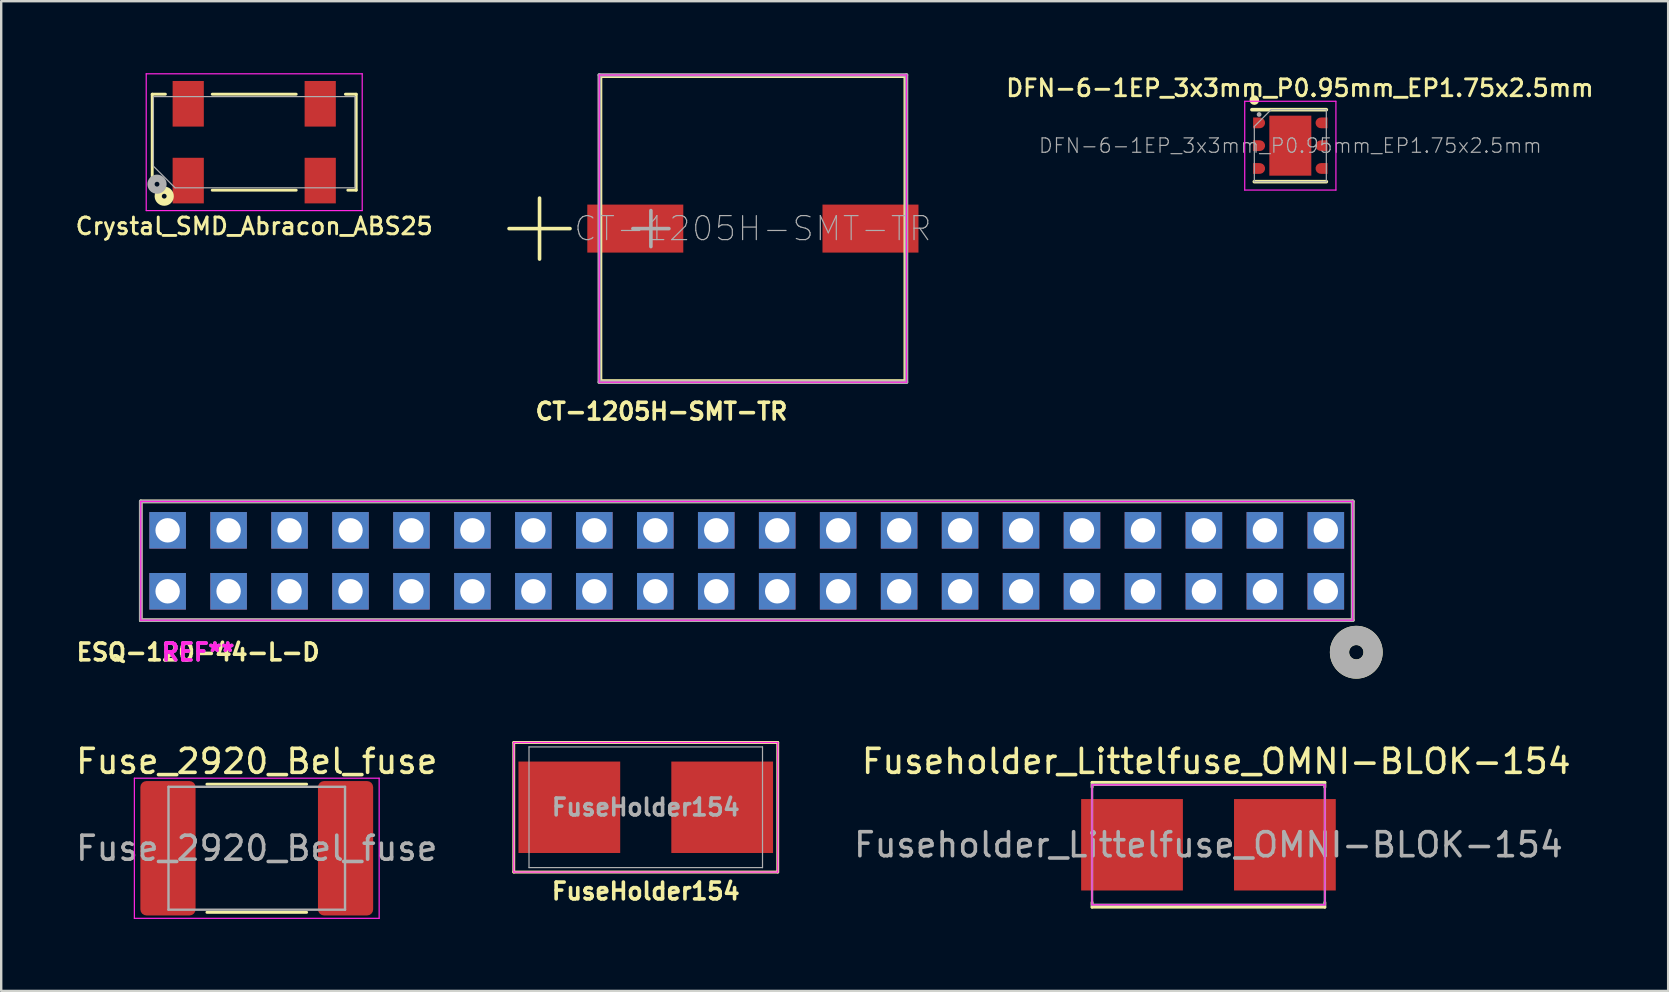
<source format=kicad_pcb>
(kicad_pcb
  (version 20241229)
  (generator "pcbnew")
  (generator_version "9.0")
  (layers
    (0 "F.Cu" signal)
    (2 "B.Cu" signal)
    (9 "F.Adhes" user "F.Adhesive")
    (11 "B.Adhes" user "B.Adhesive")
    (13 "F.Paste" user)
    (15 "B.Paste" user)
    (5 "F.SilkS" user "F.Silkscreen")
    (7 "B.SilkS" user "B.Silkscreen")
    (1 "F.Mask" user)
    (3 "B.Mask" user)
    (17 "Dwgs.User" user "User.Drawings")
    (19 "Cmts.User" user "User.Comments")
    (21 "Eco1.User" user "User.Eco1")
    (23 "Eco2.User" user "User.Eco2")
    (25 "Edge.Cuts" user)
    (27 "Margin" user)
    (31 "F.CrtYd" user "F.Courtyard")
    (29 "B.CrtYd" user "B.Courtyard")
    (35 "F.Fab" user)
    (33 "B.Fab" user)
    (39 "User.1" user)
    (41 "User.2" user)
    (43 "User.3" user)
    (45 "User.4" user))
  (footprint "FuseHolder154"
    (layer "F.Cu")
    (at 23.858 30.588)
    (property "Reference" "FuseHolder154" (at 0 3.5 0) (layer "F.SilkS") (effects (font (size 0.7 0.7) (thickness 0.15))))
    (attr smd)
    (fp_line (start -5.5 -2.7) (end 5.5 -2.7) (stroke (width 0.12) (type solid)) (layer "F.SilkS"))
    (fp_line (start -5.5 2.7) (end -5.5 -2.7) (stroke (width 0.12) (type solid)) (layer "F.SilkS"))
    (fp_line (start 5.5 -2.7) (end 5.5 2.7) (stroke (width 0.12) (type solid)) (layer "F.SilkS"))
    (fp_line (start 5.5 2.7) (end -5.5 2.7) (stroke (width 0.12) (type solid)) (layer "F.SilkS"))
    (fp_line (start -5.5 -2.7) (end 5.5 -2.7) (stroke (width 0.05) (type solid)) (layer "F.CrtYd"))
    (fp_line (start -5.5 2.7) (end -5.5 -2.7) (stroke (width 0.05) (type solid)) (layer "F.CrtYd"))
    (fp_line (start 5.5 -2.7) (end 5.5 2.7) (stroke (width 0.05) (type solid)) (layer "F.CrtYd"))
    (fp_line (start 5.5 2.7) (end -5.5 2.7) (stroke (width 0.05) (type solid)) (layer "F.CrtYd"))
    (fp_line (start -4.865 -2.515) (end 4.865 -2.515) (stroke (width 0.05) (type solid)) (layer "F.Fab"))
    (fp_line (start -4.865 2.515) (end -4.865 -2.515) (stroke (width 0.05) (type solid)) (layer "F.Fab"))
    (fp_line (start 4.865 -2.515) (end 4.865 2.515) (stroke (width 0.05) (type solid)) (layer "F.Fab"))
    (fp_line (start 4.865 2.515) (end -4.865 2.515) (stroke (width 0.05) (type solid)) (layer "F.Fab"))
    (fp_text user "${REFERENCE}" (at 0 0 0) (layer "F.Fab") (effects (font (size 0.7 0.7) (thickness 0.15))))
    (pad "1" smd rect (at -3.185 0) (size 4.24 3.81) (layers "F.Cu" "F.Mask" "F.Paste"))
    (pad "2" smd rect (at 3.185 0 180) (size 4.24 3.81) (layers "F.Cu" "F.Mask" "F.Paste")))
  (footprint "Fuseholder_Littelfuse_OMNI-BLOK-154"
    (layer "F.Cu")
    (at 47.305 32.151)
    (property "Reference" "Fuseholder_Littelfuse_OMNI-BLOK-154" (at 0.325 -3.475 0) (layer "F.SilkS") (effects (font (size 1 1) (thickness 0.15))))
    (attr smd)
    (fp_line (start -4.85 -2.6) (end -4.85 -2.4) (stroke (width 0.12) (type solid)) (layer "F.SilkS"))
    (fp_line (start -4.85 -2.6) (end 4.85 -2.6) (stroke (width 0.12) (type solid)) (layer "F.SilkS"))
    (fp_line (start -4.85 2.4) (end -4.85 2.6) (stroke (width 0.12) (type solid)) (layer "F.SilkS"))
    (fp_line (start -4.85 2.6) (end 4.85 2.6) (stroke (width 0.12) (type solid)) (layer "F.SilkS"))
    (fp_line (start 4.85 -2.6) (end 4.85 -2.4) (stroke (width 0.12) (type solid)) (layer "F.SilkS"))
    (fp_line (start 4.85 2.4) (end 4.85 2.6) (stroke (width 0.12) (type solid)) (layer "F.SilkS"))
    (fp_line (start -4.85 -2.5) (end -4.85 2.5) (stroke (width 0.05) (type solid)) (layer "F.CrtYd"))
    (fp_line (start -4.85 -2.5) (end 4.85 -2.5) (stroke (width 0.05) (type solid)) (layer "F.CrtYd"))
    (fp_line (start -4.85 2.5) (end 4.85 2.5) (stroke (width 0.05) (type solid)) (layer "F.CrtYd"))
    (fp_line (start 4.85 -2.5) (end 4.85 2.5) (stroke (width 0.05) (type solid)) (layer "F.CrtYd"))
    (fp_line (start -4.85 -2.5) (end -4.85 2.5) (stroke (width 0.1) (type solid)) (layer "F.Fab"))
    (fp_line (start -4.85 -2.5) (end 4.85 -2.5) (stroke (width 0.1) (type solid)) (layer "F.Fab"))
    (fp_line (start -4.85 2.5) (end 4.85 2.5) (stroke (width 0.1) (type solid)) (layer "F.Fab"))
    (fp_line (start 4.85 -2.5) (end 4.85 2.5) (stroke (width 0.1) (type solid)) (layer "F.Fab"))
    (fp_text user "${REFERENCE}" (at 0 0 0) (layer "F.Fab") (effects (font (size 1 1) (thickness 0.15))))
    (pad "1" smd rect (at -3.185 0) (size 4.24 3.81) (layers "F.Cu" "F.Mask" "F.Paste"))
    (pad "2" smd rect (at 3.185 0) (size 4.24 3.81) (layers "F.Cu" "F.Mask" "F.Paste")))
  (footprint "CT-1205H-SMT-TR"
    (layer "F.Cu")
    (at 28.322 6.475)
    (property "Reference" "CT-1205H-SMT-TR" (at -3.81 7.62 0) (layer "F.SilkS") (effects (font (size 0.7 0.7) (thickness 0.15))))
    (attr smd)
    (fp_line (start -10.16 0) (end -7.62 0) (stroke (width 0.15) (type solid)) (layer "F.SilkS"))
    (fp_line (start -8.89 -1.27) (end -8.89 1.27) (stroke (width 0.15) (type solid)) (layer "F.SilkS"))
    (fp_line (start -6.35 -6.35) (end 6.35 -6.35) (stroke (width 0.15) (type solid)) (layer "F.SilkS"))
    (fp_line (start -6.35 6.35) (end -6.35 -6.35) (stroke (width 0.15) (type solid)) (layer "F.SilkS"))
    (fp_line (start 6.35 6.35) (end -6.35 6.35) (stroke (width 0.15) (type solid)) (layer "F.SilkS"))
    (fp_line (start 6.35 6.35) (end 6.35 -6.35) (stroke (width 0.15) (type solid)) (layer "F.SilkS"))
    (fp_line (start -6.4 -6.4) (end -6.4 6.4) (stroke (width 0.05) (type solid)) (layer "F.CrtYd"))
    (fp_line (start -6.4 -6.4) (end 6.4 -6.4) (stroke (width 0.05) (type solid)) (layer "F.CrtYd"))
    (fp_line (start 6.4 -6.4) (end 6.4 6.4) (stroke (width 0.05) (type solid)) (layer "F.CrtYd"))
    (fp_line (start 6.4 6.4) (end -6.4 6.4) (stroke (width 0.05) (type solid)) (layer "F.CrtYd"))
    (fp_line (start -6.4 -6.4) (end 6.4 -6.4) (stroke (width 0.15) (type solid)) (layer "F.Fab"))
    (fp_line (start -6.4 6.4) (end -6.4 -6.4) (stroke (width 0.15) (type solid)) (layer "F.Fab"))
    (fp_line (start -5 0) (end -3.5 0) (stroke (width 0.15) (type solid)) (layer "F.Fab"))
    (fp_line (start -4.25 -0.75) (end -4.25 0.75) (stroke (width 0.15) (type solid)) (layer "F.Fab"))
    (fp_line (start 6.4 -6.4) (end 6.4 6.4) (stroke (width 0.15) (type solid)) (layer "F.Fab"))
    (fp_line (start 6.4 6.4) (end -6.4 6.4) (stroke (width 0.15) (type solid)) (layer "F.Fab"))
    (fp_text user "${REFERENCE}" (at 0 0 0) (layer "F.Fab") (effects (font (size 1 1) (thickness 0.05))))
    (pad "1" smd rect (at -4.9 0) (size 4 2) (layers "F.Cu" "F.Mask" "F.Paste"))
    (pad "2" smd rect (at 4.9 0) (size 4 2) (layers "F.Cu" "F.Mask" "F.Paste")))
  (footprint "Crystal_SMD_Abracon_ABS25"
    (layer "F.Cu")
    (at 7.543 2.875)
    (property "Reference" "Crystal_SMD_Abracon_ABS25" (at 0 3.5 0) (layer "F.SilkS") (effects (font (size 0.7 0.7) (thickness 0.12))))
    (attr smd)
    (fp_line (start -4.25 -2) (end -4.25 2) (stroke (width 0.12) (type solid)) (layer "F.SilkS"))
    (fp_line (start -4.25 -2) (end -3.7 -2) (stroke (width 0.12) (type solid)) (layer "F.SilkS"))
    (fp_line (start -1.75 -2) (end 1.75 -2) (stroke (width 0.12) (type solid)) (layer "F.SilkS"))
    (fp_line (start -1.75 2) (end 1.75 2) (stroke (width 0.12) (type solid)) (layer "F.SilkS"))
    (fp_line (start 4.25 -2) (end 3.8 -2) (stroke (width 0.12) (type solid)) (layer "F.SilkS"))
    (fp_line (start 4.25 -2) (end 4.25 2) (stroke (width 0.12) (type solid)) (layer "F.SilkS"))
    (fp_line (start 4.25 2) (end 3.9 2) (stroke (width 0.12) (type solid)) (layer "F.SilkS"))
    (fp_circle (center -3.75 2.25) (end -3.65 2.25) (stroke (width 0.3) (type solid)) (fill no) (layer "F.SilkS"))
    (fp_line (start -4.5 -2.85) (end -4.5 2.85) (stroke (width 0.05) (type solid)) (layer "F.CrtYd"))
    (fp_line (start -4.5 -2.85) (end 4.5 -2.85) (stroke (width 0.05) (type solid)) (layer "F.CrtYd"))
    (fp_line (start -4.5 2.85) (end 4.5 2.85) (stroke (width 0.05) (type solid)) (layer "F.CrtYd"))
    (fp_line (start 4.5 -2.85) (end 4.5 2.85) (stroke (width 0.05) (type solid)) (layer "F.CrtYd"))
    (fp_line (start -4.2 -1.9) (end -4.2 1) (stroke (width 0.05) (type solid)) (layer "F.Fab"))
    (fp_line (start -4.2 -1.9) (end 4.2 -1.9) (stroke (width 0.05) (type solid)) (layer "F.Fab"))
    (fp_line (start -4.2 1) (end -3.3 1.9) (stroke (width 0.05) (type solid)) (layer "F.Fab"))
    (fp_line (start -3.3 1.9) (end 4.2 1.9) (stroke (width 0.05) (type solid)) (layer "F.Fab"))
    (fp_line (start 4.2 1.9) (end 4.2 -1.9) (stroke (width 0.05) (type solid)) (layer "F.Fab"))
    (fp_circle (center -4.05 1.75) (end -3.95 1.75) (stroke (width 0.3) (type solid)) (fill no) (layer "F.Fab"))
    (pad "1" smd rect (at -2.75 1.6) (size 1.3 1.9) (layers "F.Cu" "F.Mask" "F.Paste"))
    (pad "2" smd rect (at 2.75 1.6) (size 1.3 1.9) (layers "F.Cu" "F.Mask" "F.Paste"))
    (pad "3" smd rect (at 2.75 -1.6) (size 1.3 1.9) (layers "F.Cu" "F.Mask" "F.Paste"))
    (pad "4" smd rect (at -2.75 -1.6) (size 1.3 1.9) (layers "F.Cu" "F.Mask" "F.Paste")))
  (footprint "DFN-6-1EP_3x3mm_P0.95mm_EP1.75x2.5mm"
    (layer "F.Cu")
    (at 50.716 3.02)
    (property "Reference" "DFN-6-1EP_3x3mm_P0.95mm_EP1.75x2.5mm" (at 0.4 -2.4 0) (layer "F.SilkS") (effects (font (size 0.7 0.7) (thickness 0.12))))
    (attr smd)
    (fp_line (start -1.6 -1.5) (end 1.5 -1.5) (stroke (width 0.15) (type solid)) (layer "F.SilkS"))
    (fp_line (start -1.5 1.5) (end 1.5 1.5) (stroke (width 0.15) (type solid)) (layer "F.SilkS"))
    (fp_circle (center -1.5 -1.9) (end -1.4 -1.9) (stroke (width 0.2) (type solid)) (fill no) (layer "F.SilkS"))
    (fp_line (start -1.9 -1.85) (end -1.9 1.85) (stroke (width 0.05) (type solid)) (layer "F.CrtYd"))
    (fp_line (start -1.9 -1.85) (end 1.9 -1.85) (stroke (width 0.05) (type solid)) (layer "F.CrtYd"))
    (fp_line (start -1.9 1.85) (end 1.9 1.85) (stroke (width 0.05) (type solid)) (layer "F.CrtYd"))
    (fp_line (start 1.9 -1.85) (end 1.9 1.85) (stroke (width 0.05) (type solid)) (layer "F.CrtYd"))
    (fp_line (start -1.5 -0.8) (end -0.8 -1.5) (stroke (width 0.05) (type solid)) (layer "F.Fab"))
    (fp_line (start -1.5 1.5) (end -1.5 -0.8) (stroke (width 0.05) (type solid)) (layer "F.Fab"))
    (fp_line (start -0.8 -1.5) (end 1.5 -1.5) (stroke (width 0.05) (type solid)) (layer "F.Fab"))
    (fp_line (start 1.5 -1.5) (end 1.5 1.5) (stroke (width 0.05) (type solid)) (layer "F.Fab"))
    (fp_line (start 1.5 1.5) (end -1.5 1.5) (stroke (width 0.05) (type solid)) (layer "F.Fab"))
    (fp_circle (center -1.3 -1.3) (end -1.25 -1.3) (stroke (width 0.1) (type solid)) (fill no) (layer "F.Fab"))
    (fp_text user "${REFERENCE}" (at 0 0 0) (layer "F.Fab") (effects (font (size 0.6 0.6) (thickness 0.05))))
    (pad "" smd rect (at -0.425 -0.866) (size 0.66 0.73) (layers "F.Paste"))
    (pad "" smd rect (at -0.425 0) (size 0.66 0.73) (layers "F.Paste"))
    (pad "" smd rect (at -0.425 0.866) (size 0.66 0.73) (layers "F.Paste"))
    (pad "" smd rect (at 0.425 -0.866) (size 0.66 0.73) (layers "F.Paste"))
    (pad "" smd rect (at 0.425 0) (size 0.66 0.73) (layers "F.Paste"))
    (pad "" smd rect (at 0.425 0.866) (size 0.66 0.73) (layers "F.Paste"))
    (pad "1" smd custom (at -1.413 -0.95) (size 0.275 0.45) (layers "F.Cu" "F.Mask" "F.Paste") (options (anchor rect)) (primitives (gr_circle (center 0.138 0) (end 0.362 0) (width 0) (fill yes))))
    (pad "2" smd custom (at -1.413 0) (size 0.275 0.45) (layers "F.Cu" "F.Mask" "F.Paste") (options (anchor rect)) (primitives (gr_circle (center 0.138 0) (end 0.362 0) (width 0) (fill yes))))
    (pad "3" smd custom (at -1.413 0.95) (size 0.275 0.45) (layers "F.Cu" "F.Mask" "F.Paste") (options (anchor rect)) (primitives (gr_circle (center 0.138 0) (end 0.362 0) (width 0) (fill yes))))
    (pad "4" smd custom (at 1.413 0.95 180) (size 0.275 0.45) (layers "F.Cu" "F.Mask" "F.Paste") (options (anchor rect)) (primitives (gr_circle (center 0.138 0) (end 0.362 0) (width 0) (fill yes))))
    (pad "5" smd custom (at 1.413 0 180) (size 0.275 0.45) (layers "F.Cu" "F.Mask" "F.Paste") (options (anchor rect)) (primitives (gr_circle (center 0.138 0) (end 0.362 0) (width 0) (fill yes))))
    (pad "6" smd custom (at 1.413 -0.95 180) (size 0.275 0.45) (layers "F.Cu" "F.Mask" "F.Paste") (options (anchor rect)) (primitives (gr_circle (center 0.138 0) (end 0.362 0) (width 0) (fill yes))))
    (pad "7" smd rect (at 0 0) (size 1.75 2.5) (layers "F.Cu" "F.Mask")))
  (footprint "ESQ-120-44-L-D"
    (layer "F.Cu")
    (at 28.065 20.318)
    (property "Reference" "ESQ-120-44-L-D" (at -22.86 3.81 0) (layer "F.SilkS") (effects (font (size 0.7 0.7) (thickness 0.15))))
    (attr through_hole)
    (fp_line (start -25.25 -2.475) (end -25.25 2.475) (stroke (width 0.15) (type solid)) (layer "F.SilkS"))
    (fp_line (start -25.25 -2.475) (end 25.25 -2.475) (stroke (width 0.15) (type solid)) (layer "F.SilkS"))
    (fp_line (start -25.25 2.475) (end 25.25 2.475) (stroke (width 0.15) (type solid)) (layer "F.SilkS"))
    (fp_line (start 25.25 -2.475) (end 25.25 2.475) (stroke (width 0.15) (type solid)) (layer "F.SilkS"))
    (fp_circle (center 25.4 3.81) (end 25.7 3.81) (stroke (width 0.8) (type solid)) (fill no) (layer "F.SilkS"))
    (fp_line (start -25.25 -2.475) (end -25.25 2.475) (stroke (width 0.05) (type solid)) (layer "F.CrtYd"))
    (fp_line (start -25.25 -2.475) (end 25.25 -2.475) (stroke (width 0.05) (type solid)) (layer "F.CrtYd"))
    (fp_line (start -25.25 2.475) (end 25.25 2.475) (stroke (width 0.05) (type solid)) (layer "F.CrtYd"))
    (fp_line (start 25.25 -2.475) (end 25.25 2.475) (stroke (width 0.05) (type solid)) (layer "F.CrtYd"))
    (fp_line (start -25.25 -2.475) (end -25.25 2.475) (stroke (width 0.15) (type solid)) (layer "F.Fab"))
    (fp_line (start -25.25 -2.475) (end 25.25 -2.475) (stroke (width 0.15) (type solid)) (layer "F.Fab"))
    (fp_line (start -25.25 2.475) (end 25.25 2.475) (stroke (width 0.15) (type solid)) (layer "F.Fab"))
    (fp_line (start 25.25 -2.475) (end 25.25 2.475) (stroke (width 0.15) (type solid)) (layer "F.Fab"))
    (fp_circle (center 25.4 3.81) (end 25.7 3.81) (stroke (width 0.8) (type solid)) (fill no) (layer "F.Fab"))
    (fp_text user "REF**" (at -22.86 3.81 0) (layer "F.CrtYd") (effects (font (size 0.7 0.7) (thickness 0.15))))
    (fp_text user "REF**" (at -22.86 3.81 0) (layer "F.Fab") (effects (font (size 0.7 0.7) (thickness 0.15))))
    (pad "1" thru_hole rect (at 24.13 1.27) (size 1.524 1.524) (drill 1.016) (layers "*.Cu" "*.Mask"))
    (pad "2" thru_hole rect (at 24.13 -1.27) (size 1.524 1.524) (drill 1.016) (layers "*.Cu" "*.Mask"))
    (pad "3" thru_hole rect (at 21.59 1.27) (size 1.524 1.524) (drill 1.016) (layers "*.Cu" "*.Mask"))
    (pad "4" thru_hole rect (at 21.59 -1.27) (size 1.524 1.524) (drill 1.016) (layers "*.Cu" "*.Mask"))
    (pad "5" thru_hole rect (at 19.05 1.27) (size 1.524 1.524) (drill 1.016) (layers "*.Cu" "*.Mask"))
    (pad "6" thru_hole rect (at 19.05 -1.27) (size 1.524 1.524) (drill 1.016) (layers "*.Cu" "*.Mask"))
    (pad "7" thru_hole rect (at 16.51 1.27) (size 1.524 1.524) (drill 1.016) (layers "*.Cu" "*.Mask"))
    (pad "8" thru_hole rect (at 16.51 -1.27) (size 1.524 1.524) (drill 1.016) (layers "*.Cu" "*.Mask"))
    (pad "9" thru_hole rect (at 13.97 1.27) (size 1.524 1.524) (drill 1.016) (layers "*.Cu" "*.Mask"))
    (pad "10" thru_hole rect (at 13.97 -1.27) (size 1.524 1.524) (drill 1.016) (layers "*.Cu" "*.Mask"))
    (pad "11" thru_hole rect (at 11.43 1.27) (size 1.524 1.524) (drill 1.016) (layers "*.Cu" "*.Mask"))
    (pad "12" thru_hole rect (at 11.43 -1.27) (size 1.524 1.524) (drill 1.016) (layers "*.Cu" "*.Mask"))
    (pad "13" thru_hole rect (at 8.89 1.27) (size 1.524 1.524) (drill 1.016) (layers "*.Cu" "*.Mask"))
    (pad "14" thru_hole rect (at 8.89 -1.27) (size 1.524 1.524) (drill 1.016) (layers "*.Cu" "*.Mask"))
    (pad "15" thru_hole rect (at 6.35 1.27) (size 1.524 1.524) (drill 1.016) (layers "*.Cu" "*.Mask"))
    (pad "16" thru_hole rect (at 6.35 -1.27) (size 1.524 1.524) (drill 1.016) (layers "*.Cu" "*.Mask"))
    (pad "17" thru_hole rect (at 3.81 1.27) (size 1.524 1.524) (drill 1.016) (layers "*.Cu" "*.Mask"))
    (pad "18" thru_hole rect (at 3.81 -1.27) (size 1.524 1.524) (drill 1.016) (layers "*.Cu" "*.Mask"))
    (pad "19" thru_hole rect (at 1.27 1.27) (size 1.524 1.524) (drill 1.016) (layers "*.Cu" "*.Mask"))
    (pad "20" thru_hole rect (at 1.27 -1.27) (size 1.524 1.524) (drill 1.016) (layers "*.Cu" "*.Mask"))
    (pad "21" thru_hole rect (at -1.27 1.27) (size 1.524 1.524) (drill 1.016) (layers "*.Cu" "*.Mask"))
    (pad "22" thru_hole rect (at -1.27 -1.27) (size 1.524 1.524) (drill 1.016) (layers "*.Cu" "*.Mask"))
    (pad "23" thru_hole rect (at -3.81 1.27) (size 1.524 1.524) (drill 1.016) (layers "*.Cu" "*.Mask"))
    (pad "24" thru_hole rect (at -3.81 -1.27) (size 1.524 1.524) (drill 1.016) (layers "*.Cu" "*.Mask"))
    (pad "25" thru_hole rect (at -6.35 1.27) (size 1.524 1.524) (drill 1.016) (layers "*.Cu" "*.Mask"))
    (pad "26" thru_hole rect (at -6.35 -1.27) (size 1.524 1.524) (drill 1.016) (layers "*.Cu" "*.Mask"))
    (pad "27" thru_hole rect (at -8.89 1.27) (size 1.524 1.524) (drill 1.016) (layers "*.Cu" "*.Mask"))
    (pad "28" thru_hole rect (at -8.89 -1.27) (size 1.524 1.524) (drill 1.016) (layers "*.Cu" "*.Mask"))
    (pad "29" thru_hole rect (at -11.43 1.27) (size 1.524 1.524) (drill 1.016) (layers "*.Cu" "*.Mask"))
    (pad "30" thru_hole rect (at -11.43 -1.27) (size 1.524 1.524) (drill 1.016) (layers "*.Cu" "*.Mask"))
    (pad "31" thru_hole rect (at -13.97 1.27) (size 1.524 1.524) (drill 1.016) (layers "*.Cu" "*.Mask"))
    (pad "32" thru_hole rect (at -13.97 -1.27) (size 1.524 1.524) (drill 1.016) (layers "*.Cu" "*.Mask"))
    (pad "33" thru_hole rect (at -16.51 1.27) (size 1.524 1.524) (drill 1.016) (layers "*.Cu" "*.Mask"))
    (pad "34" thru_hole rect (at -16.51 -1.27) (size 1.524 1.524) (drill 1.016) (layers "*.Cu" "*.Mask"))
    (pad "35" thru_hole rect (at -19.05 1.27) (size 1.524 1.524) (drill 1.016) (layers "*.Cu" "*.Mask"))
    (pad "36" thru_hole rect (at -19.05 -1.27) (size 1.524 1.524) (drill 1.016) (layers "*.Cu" "*.Mask"))
    (pad "37" thru_hole rect (at -21.59 1.27) (size 1.524 1.524) (drill 1.016) (layers "*.Cu" "*.Mask"))
    (pad "38" thru_hole rect (at -21.59 -1.27) (size 1.524 1.524) (drill 1.016) (layers "*.Cu" "*.Mask"))
    (pad "39" thru_hole rect (at -24.13 1.27) (size 1.524 1.524) (drill 1.016) (layers "*.Cu" "*.Mask"))
    (pad "40" thru_hole rect (at -24.13 -1.27) (size 1.524 1.524) (drill 1.016) (layers "*.Cu" "*.Mask")))
  (footprint "Fuse_2920_Bel_fuse"
    (layer "F.Cu")
    (at 7.649 32.296)
    (property "Reference" "Fuse_2920_Bel_fuse" (at 0 -3.62 0) (layer "F.SilkS") (effects (font (size 1 1) (thickness 0.15))))
    (attr smd)
    (fp_line (start -2.078 -2.67) (end 2.078 -2.67) (stroke (width 0.12) (type solid)) (layer "F.SilkS"))
    (fp_line (start -2.078 2.67) (end 2.078 2.67) (stroke (width 0.12) (type solid)) (layer "F.SilkS"))
    (fp_line (start -5.1 -2.92) (end 5.1 -2.92) (stroke (width 0.05) (type solid)) (layer "F.CrtYd"))
    (fp_line (start -5.1 2.92) (end -5.1 -2.92) (stroke (width 0.05) (type solid)) (layer "F.CrtYd"))
    (fp_line (start 5.1 -2.92) (end 5.1 2.92) (stroke (width 0.05) (type solid)) (layer "F.CrtYd"))
    (fp_line (start 5.1 2.92) (end -5.1 2.92) (stroke (width 0.05) (type solid)) (layer "F.CrtYd"))
    (fp_line (start -3.678 -2.56) (end 3.678 -2.56) (stroke (width 0.1) (type solid)) (layer "F.Fab"))
    (fp_line (start -3.678 2.56) (end -3.678 -2.56) (stroke (width 0.1) (type solid)) (layer "F.Fab"))
    (fp_line (start 3.678 -2.56) (end 3.678 2.56) (stroke (width 0.1) (type solid)) (layer "F.Fab"))
    (fp_line (start 3.678 2.56) (end -3.678 2.56) (stroke (width 0.1) (type solid)) (layer "F.Fab"))
    (fp_text user "${REFERENCE}" (at 0 0 0) (layer "F.Fab") (effects (font (size 1 1) (thickness 0.15))))
    (pad "1" smd roundrect (at -3.7 0) (size 2.3 5.6) (layers "F.Cu" "F.Mask" "F.Paste") (roundrect_rratio 0.11))
    (pad "2" smd roundrect (at 3.7 0) (size 2.3 5.6) (layers "F.Cu" "F.Mask" "F.Paste") (roundrect_rratio 0.11)))
  (gr_rect
    (start -3 -3)
    (end 66.46 38.241)
    (stroke (width 0.1) (type default))
    (fill no)
    (layer "Edge.Cuts")))
</source>
